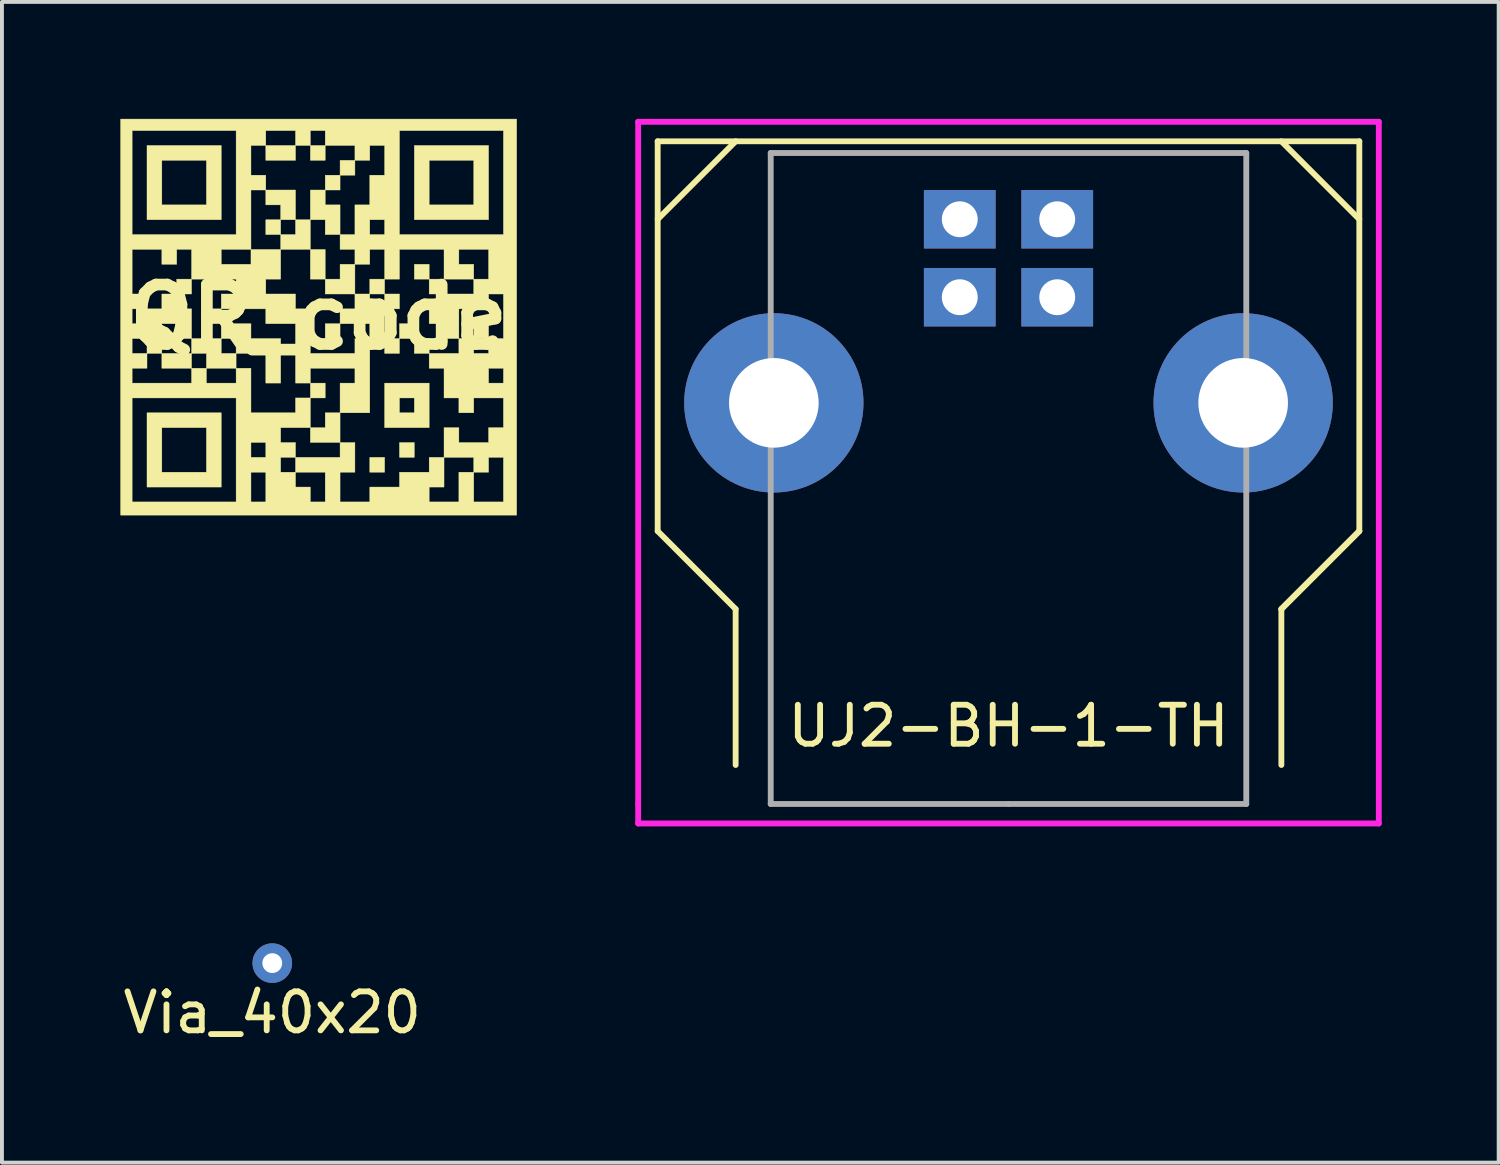
<source format=kicad_pcb>
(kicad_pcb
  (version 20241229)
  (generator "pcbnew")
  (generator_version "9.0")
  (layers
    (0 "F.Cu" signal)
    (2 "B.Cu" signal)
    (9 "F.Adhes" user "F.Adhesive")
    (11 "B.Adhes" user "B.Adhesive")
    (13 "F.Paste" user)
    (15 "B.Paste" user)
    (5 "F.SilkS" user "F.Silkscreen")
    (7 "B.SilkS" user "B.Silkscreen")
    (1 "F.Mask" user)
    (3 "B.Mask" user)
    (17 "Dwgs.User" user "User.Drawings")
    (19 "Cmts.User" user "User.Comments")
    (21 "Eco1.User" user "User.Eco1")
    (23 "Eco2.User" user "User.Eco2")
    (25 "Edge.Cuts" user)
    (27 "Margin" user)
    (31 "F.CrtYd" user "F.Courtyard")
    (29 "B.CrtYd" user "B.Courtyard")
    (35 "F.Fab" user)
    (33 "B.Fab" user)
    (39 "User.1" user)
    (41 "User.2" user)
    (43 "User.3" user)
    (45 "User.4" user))
  (footprint "Via_40x20"
    (layer "F.Cu")
    (at 3.935 21.658)
    (property "Reference" "Via_40x20" (at 0 1.27 0) (layer "F.SilkS") (effects (font (size 1 1) (thickness 0.15))))
    (attr through_hole)
    (pad "~" thru_hole circle (at 0 0) (size 1.016 1.016) (drill 0.508) (layers "*.Cu")))
  (footprint "QR_code"
    (layer "F.Cu")
    (at 5.124 5.085)
    (property "Reference" "QR_code" (at 0 0 0) (layer "F.SilkS") (effects (font (size 1.524 1.524) (thickness 0.3))))
    (attr through_hole)
    (fp_poly (pts (xy -3.26 -0.593) (xy -3.641 -0.593) (xy -3.641 -0.974) (xy -3.26 -0.974) (xy -3.26 -0.593)) (stroke (width 0.01) (type solid)) (fill yes) (layer "F.SilkS"))
    (fp_poly (pts (xy -3.26 1.312) (xy -4.022 1.312) (xy -4.022 0.931) (xy -3.26 0.931) (xy -3.26 1.312)) (stroke (width 0.01) (type solid)) (fill yes) (layer "F.SilkS"))
    (fp_poly (pts (xy -2.498 0.169) (xy -2.879 0.169) (xy -2.879 -0.212) (xy -2.498 -0.212) (xy -2.498 0.169)) (stroke (width 0.01) (type solid)) (fill yes) (layer "F.SilkS"))
    (fp_poly (pts (xy -0.593 -4.022) (xy -1.355 -4.022) (xy -1.355 -4.403) (xy -0.593 -4.403) (xy -0.593 -4.022)) (stroke (width 0.01) (type solid)) (fill yes) (layer "F.SilkS"))
    (fp_poly (pts (xy 0.169 -4.022) (xy -0.212 -4.022) (xy -0.212 -4.403) (xy 0.169 -4.403) (xy 0.169 -4.022)) (stroke (width 0.01) (type solid)) (fill yes) (layer "F.SilkS"))
    (fp_poly (pts (xy 0.169 -0.974) (xy -0.212 -0.974) (xy -0.212 -1.736) (xy 0.169 -1.736) (xy 0.169 -0.974)) (stroke (width 0.01) (type solid)) (fill yes) (layer "F.SilkS"))
    (fp_poly (pts (xy 0.169 2.074) (xy -0.212 2.074) (xy -0.212 1.693) (xy 0.169 1.693) (xy 0.169 2.074)) (stroke (width 0.01) (type solid)) (fill yes) (layer "F.SilkS"))
    (fp_poly (pts (xy 0.55 -3.26) (xy 0.169 -3.26) (xy 0.169 -3.641) (xy 0.55 -3.641) (xy 0.55 -3.26)) (stroke (width 0.01) (type solid)) (fill yes) (layer "F.SilkS"))
    (fp_poly (pts (xy 0.55 0.55) (xy 0.169 0.55) (xy 0.169 0.169) (xy 0.55 0.169) (xy 0.55 0.55)) (stroke (width 0.01) (type solid)) (fill yes) (layer "F.SilkS"))
    (fp_poly (pts (xy 0.931 -3.641) (xy 0.55 -3.641) (xy 0.55 -4.022) (xy 0.931 -4.022) (xy 0.931 -3.641)) (stroke (width 0.01) (type solid)) (fill yes) (layer "F.SilkS"))
    (fp_poly (pts (xy 1.693 3.979) (xy 1.312 3.979) (xy 1.312 3.598) (xy 1.693 3.598) (xy 1.693 3.979)) (stroke (width 0.01) (type solid)) (fill yes) (layer "F.SilkS"))
    (fp_poly (pts (xy 2.074 0.931) (xy 1.693 0.931) (xy 1.693 0.55) (xy 2.074 0.55) (xy 2.074 0.931)) (stroke (width 0.01) (type solid)) (fill yes) (layer "F.SilkS"))
    (fp_poly (pts (xy 2.455 0.55) (xy 2.074 0.55) (xy 2.074 0.169) (xy 2.455 0.169) (xy 2.455 0.55)) (stroke (width 0.01) (type solid)) (fill yes) (layer "F.SilkS"))
    (fp_poly (pts (xy 2.455 3.598) (xy 2.074 3.598) (xy 2.074 3.217) (xy 2.455 3.217) (xy 2.455 3.598)) (stroke (width 0.01) (type solid)) (fill yes) (layer "F.SilkS"))
    (fp_poly (pts (xy 2.836 -0.974) (xy 2.455 -0.974) (xy 2.455 -1.355) (xy 2.836 -1.355) (xy 2.836 -0.974)) (stroke (width 0.01) (type solid)) (fill yes) (layer "F.SilkS"))
    (fp_poly (pts (xy 2.836 0.931) (xy 2.455 0.931) (xy 2.455 0.55) (xy 2.836 0.55) (xy 2.836 0.931)) (stroke (width 0.01) (type solid)) (fill yes) (layer "F.SilkS"))
    (fp_poly (pts (xy 3.217 -0.593) (xy 2.836 -0.593) (xy 2.836 -0.974) (xy 3.217 -0.974) (xy 3.217 -0.593)) (stroke (width 0.01) (type solid)) (fill yes) (layer "F.SilkS"))
    (fp_poly (pts (xy 4.36 0.55) (xy 3.979 0.55) (xy 3.979 0.169) (xy 4.36 0.169) (xy 4.36 0.55)) (stroke (width 0.01) (type solid)) (fill yes) (layer "F.SilkS"))
    (fp_poly (pts (xy 0.55 3.217) (xy -0.212 3.217) (xy -0.212 2.836) (xy 0.169 2.836) (xy 0.169 2.455) (xy 0.55 2.455) (xy 0.55 3.217)) (stroke (width 0.01) (type solid)) (fill yes) (layer "F.SilkS"))
    (fp_poly (pts (xy 0.931 -0.593) (xy 0.169 -0.593) (xy 0.169 -0.974) (xy 0.55 -0.974) (xy 0.55 -1.355) (xy 0.931 -1.355) (xy 0.931 -0.593)) (stroke (width 0.01) (type solid)) (fill yes) (layer "F.SilkS"))
    (fp_poly (pts (xy 0.169 -2.879) (xy 0.55 -2.879) (xy 0.55 -2.117) (xy 0.169 -2.117) (xy 0.169 -2.498) (xy -0.212 -2.498) (xy -0.212 -3.26) (xy 0.169 -3.26) (xy 0.169 -2.879)) (stroke (width 0.01) (type solid)) (fill yes) (layer "F.SilkS"))
    (fp_poly (pts (xy -2.498 -2.498) (xy -4.403 -2.498) (xy -4.403 -4.022) (xy -4.022 -4.022) (xy -4.022 -2.879) (xy -2.879 -2.879) (xy -2.879 -4.022) (xy -4.022 -4.022) (xy -4.403 -4.022) (xy -4.403 -4.403) (xy -2.498 -4.403) (xy -2.498 -2.498)) (stroke (width 0.01) (type solid)) (fill yes) (layer "F.SilkS"))
    (fp_poly (pts (xy -2.498 4.36) (xy -4.403 4.36) (xy -4.403 2.836) (xy -4.022 2.836) (xy -4.022 3.979) (xy -2.879 3.979) (xy -2.879 2.836) (xy -4.022 2.836) (xy -4.403 2.836) (xy -4.403 2.455) (xy -2.498 2.455) (xy -2.498 4.36)) (stroke (width 0.01) (type solid)) (fill yes) (layer "F.SilkS"))
    (fp_poly (pts (xy 2.836 2.836) (xy 1.693 2.836) (xy 1.693 2.074) (xy 2.074 2.074) (xy 2.074 2.455) (xy 2.455 2.455) (xy 2.455 2.074) (xy 2.074 2.074) (xy 1.693 2.074) (xy 1.693 1.693) (xy 2.836 1.693) (xy 2.836 2.836)) (stroke (width 0.01) (type solid)) (fill yes) (layer "F.SilkS"))
    (fp_poly (pts (xy 4.36 -2.498) (xy 2.455 -2.498) (xy 2.455 -4.022) (xy 2.836 -4.022) (xy 2.836 -2.879) (xy 3.979 -2.879) (xy 3.979 -4.022) (xy 2.836 -4.022) (xy 2.455 -4.022) (xy 2.455 -4.403) (xy 4.36 -4.403) (xy 4.36 -2.498)) (stroke (width 0.01) (type solid)) (fill yes) (layer "F.SilkS"))
    (fp_poly (pts (xy -0.212 -2.498) (xy -0.212 -1.736) (xy -0.974 -1.736) (xy -0.974 -2.117) (xy -1.355 -2.117) (xy -1.355 -2.498) (xy -0.974 -2.498) (xy -0.974 -2.117) (xy -0.593 -2.117) (xy -0.593 -2.498) (xy -0.974 -2.498) (xy -0.974 -2.879) (xy -1.355 -2.879) (xy -1.355 -3.26) (xy -0.593 -3.26) (xy -0.593 -2.498) (xy -0.212 -2.498)) (stroke (width 0.01) (type solid)) (fill yes) (layer "F.SilkS"))
    (fp_poly (pts (xy -3.26 0.55) (xy -2.498 0.55) (xy -2.498 0.931) (xy -2.117 0.931) (xy -2.117 0.55) (xy -2.498 0.55) (xy -2.498 0.169) (xy -1.736 0.169) (xy -1.736 0.55) (xy -0.974 0.55) (xy -0.974 1.693) (xy -1.355 1.693) (xy -1.355 0.931) (xy -2.117 0.931) (xy -2.117 1.312) (xy -2.879 1.312) (xy -2.879 0.931) (xy -3.26 0.931) (xy -3.26 0.55)) (stroke (width 0.01) (type solid)) (fill yes) (layer "F.SilkS"))
    (fp_poly (pts (xy 0.55 -0.212) (xy 0.931 -0.212) (xy 0.931 -0.593) (xy 1.312 -0.593) (xy 1.312 -0.212) (xy 1.693 -0.212) (xy 1.693 -0.593) (xy 1.312 -0.593) (xy 1.312 -0.974) (xy 1.693 -0.974) (xy 1.693 -0.593) (xy 2.074 -0.593) (xy 2.074 -0.212) (xy 1.693 -0.212) (xy 1.693 0.55) (xy 1.312 0.55) (xy 1.312 0.169) (xy 0.55 0.169) (xy 0.55 -0.212)) (stroke (width 0.01) (type solid)) (fill yes) (layer "F.SilkS"))
    (fp_poly (pts (xy 5.08 5.08) (xy -5.08 5.08) (xy -5.08 2.074) (xy -4.784 2.074) (xy -4.784 4.741) (xy -2.117 4.741) (xy -2.117 3.979) (xy -1.736 3.979) (xy -1.736 4.741) (xy -1.355 4.741) (xy -1.355 3.979) (xy -1.736 3.979) (xy -2.117 3.979) (xy -2.117 3.217) (xy -1.736 3.217) (xy -1.736 3.598) (xy -1.355 3.598) (xy -0.974 3.598) (xy -0.974 3.979) (xy -0.593 3.979) (xy -0.593 4.36) (xy -0.212 4.36) (xy -0.212 4.741) (xy 0.169 4.741) (xy 0.169 3.979) (xy -0.593 3.979) (xy -0.593 3.598) (xy -0.974 3.598) (xy -1.355 3.598) (xy -1.355 3.217) (xy -1.736 3.217) (xy -2.117 3.217) (xy -2.117 2.074) (xy -4.784 2.074) (xy -5.08 2.074) (xy -5.08 0.55) (xy -4.784 0.55) (xy -4.784 0.931) (xy -4.403 0.931) (xy -4.403 0.55) (xy -4.784 0.55) (xy -5.08 0.55) (xy -5.08 -0.212) (xy -4.784 -0.212) (xy -4.784 0.169) (xy -4.403 0.169) (xy -4.403 -0.212) (xy -4.784 -0.212) (xy -5.08 -0.212) (xy -5.08 -1.736) (xy -4.784 -1.736) (xy -4.784 -0.593) (xy -4.403 -0.593) (xy -4.403 -0.212) (xy -4.022 -0.212) (xy -4.022 -0.593) (xy -3.641 -0.593) (xy -3.641 -0.212) (xy -3.26 -0.212) (xy -3.26 0.55) (xy -3.641 0.55) (xy -3.641 0.169) (xy -4.022 0.169) (xy -4.022 0.931) (xy -4.403 0.931) (xy -4.403 1.312) (xy -4.784 1.312) (xy -4.784 1.693) (xy -3.26 1.693) (xy -3.26 1.312) (xy -2.879 1.312) (xy -2.879 1.693) (xy -2.117 1.693) (xy -2.117 1.312) (xy -1.736 1.312) (xy -1.736 2.455) (xy -0.593 2.455) (xy -0.593 2.074) (xy -0.212 2.074) (xy -0.212 2.836) (xy -0.974 2.836) (xy -0.974 3.217) (xy -0.593 3.217) (xy -0.593 3.598) (xy 0.55 3.598) (xy 0.55 3.217) (xy 0.931 3.217) (xy 0.931 3.979) (xy 0.55 3.979) (xy 0.55 4.741) (xy 1.312 4.741) (xy 1.312 4.36) (xy 2.074 4.36) (xy 2.836 4.36) (xy 2.836 4.741) (xy 3.598 4.741) (xy 3.598 3.979) (xy 3.979 3.979) (xy 3.979 4.741) (xy 4.741 4.741) (xy 4.741 3.598) (xy 4.36 3.598) (xy 4.36 3.979) (xy 3.979 3.979) (xy 3.979 3.598) (xy 3.217 3.598) (xy 3.217 4.36) (xy 2.836 4.36) (xy 2.074 4.36) (xy 2.074 3.979) (xy 2.836 3.979) (xy 2.836 3.598) (xy 3.217 3.598) (xy 3.217 2.836) (xy 3.598 2.836) (xy 3.598 3.217) (xy 4.36 3.217) (xy 4.36 2.836) (xy 4.741 2.836) (xy 4.741 2.074) (xy 3.979 2.074) (xy 3.979 2.455) (xy 3.598 2.455) (xy 3.598 2.074) (xy 3.217 2.074) (xy 3.217 1.312) (xy 4.36 1.312) (xy 4.36 1.693) (xy 4.741 1.693) (xy 4.741 1.312) (xy 4.36 1.312) (xy 3.217 1.312) (xy 2.836 1.312) (xy 2.836 0.931) (xy 3.598 0.931) (xy 3.598 0.55) (xy 3.217 0.55) (xy 3.217 0.169) (xy 2.836 0.169) (xy 2.836 -0.212) (xy 3.217 -0.212) (xy 3.598 -0.212) (xy 3.598 0.55) (xy 3.979 0.55) (xy 3.979 0.931) (xy 4.36 0.931) (xy 4.36 0.55) (xy 4.741 0.55) (xy 4.741 -0.593) (xy 4.36 -0.593) (xy 4.36 -0.212) (xy 3.598 -0.212) (xy 3.217 -0.212) (xy 3.217 -0.593) (xy 3.979 -0.593) (xy 3.979 -0.974) (xy 3.217 -0.974) (xy 3.217 -1.736) (xy 3.598 -1.736) (xy 3.598 -1.355) (xy 3.979 -1.355) (xy 3.979 -0.974) (xy 4.36 -0.974) (xy 4.36 -1.736) (xy 3.598 -1.736) (xy 3.217 -1.736) (xy 2.074 -1.736) (xy 2.074 -0.974) (xy 1.693 -0.974) (xy 1.693 -1.736) (xy 1.312 -1.736) (xy 1.312 -1.355) (xy 0.931 -1.355) (xy 0.931 -1.736) (xy 0.55 -1.736) (xy 0.55 -2.117) (xy 0.931 -2.117) (xy 0.931 -2.498) (xy 1.312 -2.498) (xy 1.312 -2.117) (xy 1.693 -2.117) (xy 1.693 -2.498) (xy 1.312 -2.498) (xy 0.931 -2.498) (xy 0.931 -2.879) (xy 1.312 -2.879) (xy 1.312 -3.641) (xy 1.693 -3.641) (xy 1.693 -4.403) (xy 1.312 -4.403) (xy 1.312 -4.022) (xy 0.931 -4.022) (xy 0.931 -4.403) (xy 0.169 -4.403) (xy 0.169 -4.784) (xy 2.074 -4.784) (xy 2.074 -2.117) (xy 4.741 -2.117) (xy 4.741 -4.784) (xy 2.074 -4.784) (xy 0.169 -4.784) (xy -0.212 -4.784) (xy -0.212 -4.403) (xy -0.593 -4.403) (xy -0.593 -4.784) (xy -1.355 -4.784) (xy -1.355 -4.403) (xy -1.736 -4.403) (xy -1.736 -3.641) (xy -1.355 -3.641) (xy -1.355 -3.26) (xy -1.736 -3.26) (xy -1.736 -1.736) (xy -0.974 -1.736) (xy -0.974 -0.974) (xy -1.355 -0.974) (xy -1.355 -0.593) (xy -0.593 -0.593) (xy -0.593 -0.212) (xy -0.212 -0.212) (xy -0.212 0.931) (xy 0.931 0.931) (xy 0.931 0.55) (xy 1.312 0.55) (xy 1.312 2.455) (xy 0.55 2.455) (xy 0.55 1.693) (xy 0.931 1.693) (xy 0.931 1.312) (xy -0.212 1.312) (xy -0.212 1.693) (xy -0.593 1.693) (xy -0.593 0.169) (xy -1.355 0.169) (xy -1.355 -0.212) (xy -2.498 -0.212) (xy -2.498 -0.593) (xy -2.117 -0.593) (xy -2.117 -0.974) (xy -3.26 -0.974) (xy -3.26 -1.736) (xy -2.498 -1.736) (xy -2.498 -1.355) (xy -1.736 -1.355) (xy -1.736 -1.736) (xy -2.498 -1.736) (xy -3.26 -1.736) (xy -3.641 -1.736) (xy -3.641 -1.355) (xy -4.022 -1.355) (xy -4.022 -1.736) (xy -4.784 -1.736) (xy -5.08 -1.736) (xy -5.08 -4.784) (xy -4.784 -4.784) (xy -4.784 -2.117) (xy -2.117 -2.117) (xy -2.117 -4.784) (xy -4.784 -4.784) (xy -5.08 -4.784) (xy -5.08 -5.08) (xy 5.08 -5.08) (xy 5.08 5.08)) (stroke (width 0.01) (type solid)) (fill yes) (layer "F.SilkS")))
  (footprint "UJ2-BH-1-TH"
    (layer "F.Cu")
    (at 22.822 3.575)
    (property "Reference" "UJ2-BH-1-TH" (at 0 12 0) (layer "F.SilkS") (effects (font (size 1 1) (thickness 0.15))))
    (attr through_hole)
    (fp_line (start -9 -3) (end -9 7) (stroke (width 0.15) (type solid)) (layer "F.SilkS"))
    (fp_line (start -9 -3) (end 9 -3) (stroke (width 0.15) (type solid)) (layer "F.SilkS"))
    (fp_line (start -9 7) (end -7 9) (stroke (width 0.15) (type solid)) (layer "F.SilkS"))
    (fp_line (start -7 -3) (end -9 -1) (stroke (width 0.15) (type solid)) (layer "F.SilkS"))
    (fp_line (start -7 9) (end -7 13) (stroke (width 0.15) (type solid)) (layer "F.SilkS"))
    (fp_line (start 7 -3) (end 9 -1) (stroke (width 0.15) (type solid)) (layer "F.SilkS"))
    (fp_line (start 7 9) (end 7 13) (stroke (width 0.15) (type solid)) (layer "F.SilkS"))
    (fp_line (start 9 -3) (end 9 7) (stroke (width 0.15) (type solid)) (layer "F.SilkS"))
    (fp_line (start 9 7) (end 7 9) (stroke (width 0.15) (type solid)) (layer "F.SilkS"))
    (fp_line (start 9 7) (end 7 9) (stroke (width 0.15) (type solid)) (layer "F.SilkS"))
    (fp_line (start -9.5 -3.5) (end 9.5 -3.5) (stroke (width 0.15) (type solid)) (layer "F.CrtYd"))
    (fp_line (start -9.5 14) (end -9.5 -3.5) (stroke (width 0.15) (type solid)) (layer "F.CrtYd"))
    (fp_line (start -9.5 14.5) (end -9.5 14) (stroke (width 0.15) (type solid)) (layer "F.CrtYd"))
    (fp_line (start 9.5 -3.5) (end 9.5 14.5) (stroke (width 0.15) (type solid)) (layer "F.CrtYd"))
    (fp_line (start 9.5 14.5) (end -9.5 14.5) (stroke (width 0.15) (type solid)) (layer "F.CrtYd"))
    (fp_line (start -6.1 -2.7) (end -6.1 14) (stroke (width 0.15) (type solid)) (layer "F.Fab"))
    (fp_line (start -6.1 14) (end 0 14) (stroke (width 0.15) (type solid)) (layer "F.Fab"))
    (fp_line (start 6.1 -2.7) (end -6.1 -2.7) (stroke (width 0.15) (type solid)) (layer "F.Fab"))
    (fp_line (start 6.1 14) (end 0 14) (stroke (width 0.15) (type solid)) (layer "F.Fab"))
    (fp_line (start 6.1 14) (end 6.1 -2.7) (stroke (width 0.15) (type solid)) (layer "F.Fab"))
    (pad "1" thru_hole rect (at 1.25 -1) (size 1.84 1.5) (drill 0.92) (layers "*.Cu" "*.Mask"))
    (pad "2" thru_hole rect (at -1.25 -1) (size 1.84 1.5) (drill 0.92) (layers "*.Cu" "*.Mask"))
    (pad "3" thru_hole rect (at -1.25 1) (size 1.84 1.5) (drill 0.92) (layers "*.Cu" "*.Mask"))
    (pad "4" thru_hole rect (at 1.25 1) (size 1.84 1.5) (drill 0.92) (layers "*.Cu" "*.Mask"))
    (pad "5" thru_hole circle (at -6.02 3.71) (size 4.6 4.6) (drill 2.3) (layers "*.Cu" "*.Mask"))
    (pad "5" thru_hole circle (at 6.02 3.71) (size 4.6 4.6) (drill 2.3) (layers "*.Cu" "*.Mask")))
  (gr_rect
    (start -3 -3)
    (end 35.397 26.776)
    (stroke (width 0.1) (type default))
    (fill no)
    (layer "Edge.Cuts")))
</source>
